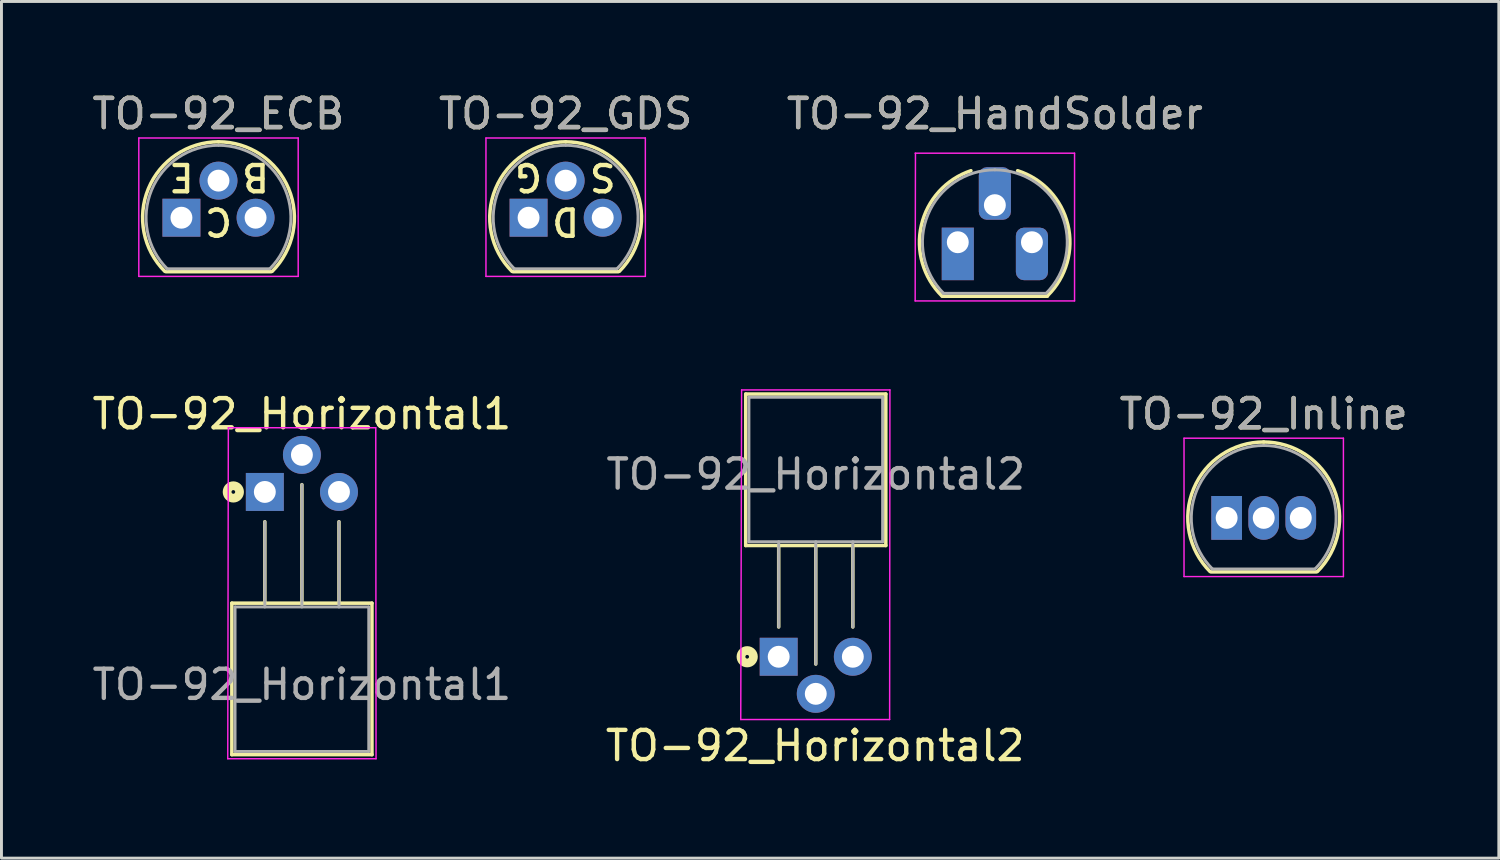
<source format=kicad_pcb>
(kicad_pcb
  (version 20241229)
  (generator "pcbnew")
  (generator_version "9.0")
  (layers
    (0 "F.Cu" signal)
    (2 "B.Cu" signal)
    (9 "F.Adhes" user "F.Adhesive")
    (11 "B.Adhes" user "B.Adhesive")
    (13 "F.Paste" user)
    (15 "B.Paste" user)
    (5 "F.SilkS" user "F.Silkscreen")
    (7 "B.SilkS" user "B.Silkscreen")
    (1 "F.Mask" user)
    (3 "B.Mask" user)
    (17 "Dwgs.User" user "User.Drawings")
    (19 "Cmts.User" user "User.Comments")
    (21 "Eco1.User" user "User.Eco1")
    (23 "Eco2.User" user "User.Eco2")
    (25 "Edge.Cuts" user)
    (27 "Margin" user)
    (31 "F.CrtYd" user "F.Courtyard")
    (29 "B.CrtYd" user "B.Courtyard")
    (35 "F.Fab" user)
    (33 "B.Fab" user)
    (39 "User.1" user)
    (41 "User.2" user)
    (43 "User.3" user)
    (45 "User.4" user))
  (footprint "TO-92_Horizontal1"
    (layer "F.Cu")
    (at 6.022 13.802)
    (property "Reference" "TO-92_Horizontal1" (at 1.27 -2.67 0) (layer "F.SilkS") (effects (font (size 1 1) (thickness 0.15))))
    (attr through_hole)
    (fp_line (start -1.13 3.81) (end 3.67 3.81) (stroke (width 0.12) (type solid)) (layer "F.SilkS"))
    (fp_line (start -1.13 9) (end -1.13 3.81) (stroke (width 0.12) (type solid)) (layer "F.SilkS"))
    (fp_line (start 0 1.02) (end 0 3.81) (stroke (width 0.12) (type solid)) (layer "F.SilkS"))
    (fp_line (start 1.27 -0.25) (end 1.27 3.81) (stroke (width 0.12) (type solid)) (layer "F.SilkS"))
    (fp_line (start 2.54 1.02) (end 2.54 3.81) (stroke (width 0.12) (type solid)) (layer "F.SilkS"))
    (fp_line (start 3.67 3.81) (end 3.67 9) (stroke (width 0.12) (type solid)) (layer "F.SilkS"))
    (fp_line (start 3.67 9) (end -1.13 9) (stroke (width 0.12) (type solid)) (layer "F.SilkS"))
    (fp_circle (center -1.079 0) (end -1.016 0) (stroke (width 0.3) (type solid)) (fill no) (layer "F.SilkS"))
    (fp_line (start -1.25 -2.2) (end -1.27 9.14) (stroke (width 0.05) (type solid)) (layer "F.CrtYd"))
    (fp_line (start -1.25 -2.2) (end 3.8 -2.2) (stroke (width 0.05) (type solid)) (layer "F.CrtYd"))
    (fp_line (start 3.81 9.14) (end -1.27 9.14) (stroke (width 0.05) (type solid)) (layer "F.CrtYd"))
    (fp_line (start 3.81 9.14) (end 3.8 -2.2) (stroke (width 0.05) (type solid)) (layer "F.CrtYd"))
    (fp_line (start -1.02 3.94) (end 3.56 3.94) (stroke (width 0.1) (type solid)) (layer "F.Fab"))
    (fp_line (start -1.02 8.89) (end -1.02 3.94) (stroke (width 0.1) (type solid)) (layer "F.Fab"))
    (fp_line (start 0 3.94) (end 0 1.02) (stroke (width 0.1) (type solid)) (layer "F.Fab"))
    (fp_line (start 1.27 3.94) (end 1.27 -0.25) (stroke (width 0.1) (type solid)) (layer "F.Fab"))
    (fp_line (start 2.54 3.94) (end 2.54 1.02) (stroke (width 0.1) (type solid)) (layer "F.Fab"))
    (fp_line (start 3.56 3.94) (end 3.56 8.89) (stroke (width 0.1) (type solid)) (layer "F.Fab"))
    (fp_line (start 3.56 8.89) (end -1.02 8.89) (stroke (width 0.1) (type solid)) (layer "F.Fab"))
    (fp_text user "${REFERENCE}" (at 1.27 6.6 0) (layer "F.Fab") (effects (font (size 1 1) (thickness 0.15))))
    (pad "1" thru_hole rect (at 0 0 90) (size 1.3 1.3) (drill 0.75) (layers "*.Cu" "*.Mask"))
    (pad "2" thru_hole circle (at 1.27 -1.27 90) (size 1.3 1.3) (drill 0.75) (layers "*.Cu" "*.Mask"))
    (pad "3" thru_hole circle (at 2.54 0 90) (size 1.3 1.3) (drill 0.75) (layers "*.Cu" "*.Mask")))
  (footprint "TO-92_Horizontal2"
    (layer "F.Cu")
    (at 23.625 19.448)
    (property "Reference" "TO-92_Horizontal2" (at 1.25 3.05 0) (layer "F.SilkS") (effects (font (size 1 1) (thickness 0.15))))
    (attr through_hole)
    (fp_line (start -1.13 -9) (end -1.13 -3.81) (stroke (width 0.12) (type solid)) (layer "F.SilkS"))
    (fp_line (start -1.13 -3.81) (end 3.67 -3.81) (stroke (width 0.12) (type solid)) (layer "F.SilkS"))
    (fp_line (start 0 -1.02) (end 0 -3.81) (stroke (width 0.12) (type solid)) (layer "F.SilkS"))
    (fp_line (start 1.27 0.25) (end 1.27 -3.81) (stroke (width 0.12) (type solid)) (layer "F.SilkS"))
    (fp_line (start 2.54 -1.02) (end 2.54 -3.81) (stroke (width 0.12) (type solid)) (layer "F.SilkS"))
    (fp_line (start 3.67 -9) (end -1.13 -9) (stroke (width 0.12) (type solid)) (layer "F.SilkS"))
    (fp_line (start 3.67 -3.81) (end 3.67 -9) (stroke (width 0.12) (type solid)) (layer "F.SilkS"))
    (fp_circle (center -1.079 0) (end -1.016 0) (stroke (width 0.3) (type solid)) (fill no) (layer "F.SilkS"))
    (fp_line (start -1.27 -9.14) (end -1.3 2.15) (stroke (width 0.05) (type solid)) (layer "F.CrtYd"))
    (fp_line (start -1.27 -9.14) (end 3.81 -9.14) (stroke (width 0.05) (type solid)) (layer "F.CrtYd"))
    (fp_line (start 3.8 2.15) (end -1.3 2.15) (stroke (width 0.05) (type solid)) (layer "F.CrtYd"))
    (fp_line (start 3.8 2.15) (end 3.81 -9.14) (stroke (width 0.05) (type solid)) (layer "F.CrtYd"))
    (fp_line (start -1.02 -8.89) (end -1.02 -3.94) (stroke (width 0.1) (type solid)) (layer "F.Fab"))
    (fp_line (start -1.02 -3.94) (end 3.56 -3.94) (stroke (width 0.1) (type solid)) (layer "F.Fab"))
    (fp_line (start 0 -3.94) (end 0 -1.02) (stroke (width 0.1) (type solid)) (layer "F.Fab"))
    (fp_line (start 1.27 -3.94) (end 1.27 0.25) (stroke (width 0.1) (type solid)) (layer "F.Fab"))
    (fp_line (start 2.54 -3.94) (end 2.54 -1.02) (stroke (width 0.1) (type solid)) (layer "F.Fab"))
    (fp_line (start 3.56 -8.89) (end -1.02 -8.89) (stroke (width 0.1) (type solid)) (layer "F.Fab"))
    (fp_line (start 3.56 -3.94) (end 3.56 -8.89) (stroke (width 0.1) (type solid)) (layer "F.Fab"))
    (fp_text user "${REFERENCE}" (at 1.27 -6.25 0) (layer "F.Fab") (effects (font (size 1 1) (thickness 0.15))))
    (pad "1" thru_hole rect (at 0 0 270) (size 1.3 1.3) (drill 0.75) (layers "*.Cu" "*.Mask"))
    (pad "2" thru_hole circle (at 1.27 1.27 270) (size 1.3 1.3) (drill 0.75) (layers "*.Cu" "*.Mask"))
    (pad "3" thru_hole circle (at 2.54 0 270) (size 1.3 1.3) (drill 0.75) (layers "*.Cu" "*.Mask")))
  (footprint "TO-92_Inline"
    (layer "F.Cu")
    (at 38.97 14.691)
    (property "Reference" "TO-92_Inline" (at 1.27 -3.56 0) (layer "F.SilkS") (effects (font (size 1 1) (thickness 0.15))))
    (attr through_hole)
    (fp_line (start -0.53 1.85) (end 3.07 1.85) (stroke (width 0.12) (type solid)) (layer "F.SilkS"))
    (fp_arc (start -0.568478 1.838478) (mid -1.132087 -0.994977) (end 1.27 -2.6) (stroke (width 0.12) (type solid)) (layer "F.SilkS"))
    (fp_arc (start 1.27 -2.6) (mid 3.672087 -0.994977) (end 3.108478 1.838478) (stroke (width 0.12) (type solid)) (layer "F.SilkS"))
    (fp_line (start -1.46 -2.73) (end -1.46 2.01) (stroke (width 0.05) (type solid)) (layer "F.CrtYd"))
    (fp_line (start -1.46 -2.73) (end 4 -2.73) (stroke (width 0.05) (type solid)) (layer "F.CrtYd"))
    (fp_line (start 4 2.01) (end -1.46 2.01) (stroke (width 0.05) (type solid)) (layer "F.CrtYd"))
    (fp_line (start 4 2.01) (end 4 -2.73) (stroke (width 0.05) (type solid)) (layer "F.CrtYd"))
    (fp_line (start -0.5 1.75) (end 3 1.75) (stroke (width 0.1) (type solid)) (layer "F.Fab"))
    (fp_arc (start -0.483625 1.753625) (mid -1.021221 -0.949055) (end 1.27 -2.48) (stroke (width 0.1) (type solid)) (layer "F.Fab"))
    (fp_arc (start 1.27 -2.48) (mid 3.561221 -0.949055) (end 3.023625 1.753625) (stroke (width 0.1) (type solid)) (layer "F.Fab"))
    (fp_text user "${REFERENCE}" (at 1.27 -3.56 0) (layer "F.Fab") (effects (font (size 1 1) (thickness 0.15))))
    (pad "1" thru_hole rect (at 0 0) (size 1.05 1.5) (drill 0.75) (layers "*.Cu" "*.Mask"))
    (pad "2" thru_hole oval (at 1.27 0) (size 1.05 1.5) (drill 0.75) (layers "*.Cu" "*.Mask"))
    (pad "3" thru_hole oval (at 2.54 0) (size 1.05 1.5) (drill 0.75) (layers "*.Cu" "*.Mask")))
  (footprint "TO-92_HandSolder"
    (layer "F.Cu")
    (at 29.76 5.248)
    (property "Reference" "TO-92_HandSolder" (at 1.27 -4.4 0) (layer "F.SilkS") (effects (font (size 1 1) (thickness 0.15))))
    (attr through_hole)
    (fp_line (start -0.53 1.85) (end 3.07 1.85) (stroke (width 0.12) (type solid)) (layer "F.SilkS"))
    (fp_arc (start -0.541875 1.841741) (mid -1.247231 -0.581764) (end 0.45 -2.45) (stroke (width 0.12) (type solid)) (layer "F.SilkS"))
    (fp_arc (start 2.05 -2.45) (mid 3.769931 -0.601036) (end 3.078445 1.827684) (stroke (width 0.12) (type solid)) (layer "F.SilkS"))
    (fp_line (start -1.46 -3.05) (end 4 -3.05) (stroke (width 0.05) (type solid)) (layer "F.CrtYd"))
    (fp_line (start -1.45 -3.05) (end -1.46 2.01) (stroke (width 0.05) (type solid)) (layer "F.CrtYd"))
    (fp_line (start 4 2.01) (end -1.46 2.01) (stroke (width 0.05) (type solid)) (layer "F.CrtYd"))
    (fp_line (start 4 2.01) (end 4 -3.05) (stroke (width 0.05) (type solid)) (layer "F.CrtYd"))
    (fp_line (start -0.5 1.75) (end 3 1.75) (stroke (width 0.1) (type solid)) (layer "F.Fab"))
    (fp_arc (start -0.483625 1.753625) (mid -1.021221 -0.949055) (end 1.27 -2.48) (stroke (width 0.1) (type solid)) (layer "F.Fab"))
    (fp_arc (start 1.27 -2.48) (mid 3.561221 -0.949055) (end 3.023625 1.753625) (stroke (width 0.1) (type solid)) (layer "F.Fab"))
    (fp_text user "${REFERENCE}" (at 1.27 -4.4 0) (layer "F.Fab") (effects (font (size 1 1) (thickness 0.15))))
    (pad "1" thru_hole rect (at 0 0) (size 1.1 1.8) (drill 0.75 (offset 0 0.4)) (layers "*.Cu" "*.Mask"))
    (pad "2" thru_hole roundrect (at 1.27 -1.27) (size 1.1 1.8) (drill 0.75 (offset 0 -0.4)) (layers "*.Cu" "*.Mask") (roundrect_rratio 0.25))
    (pad "3" thru_hole roundrect (at 2.54 0) (size 1.1 1.8) (drill 0.75 (offset 0 0.4)) (layers "*.Cu" "*.Mask") (roundrect_rratio 0.25)))
  (footprint "TO-92_GDS"
    (layer "F.Cu")
    (at 15.057 4.408)
    (property "Reference" "TO-92_GDS" (at 1.27 -3.56 0) (layer "F.SilkS") (effects (font (size 1 1) (thickness 0.15))))
    (fp_line (start -0.53 1.85) (end 3.07 1.85) (stroke (width 0.12) (type solid)) (layer "F.SilkS"))
    (fp_arc (start -0.568478 1.838478) (mid -1.132087 -0.994977) (end 1.27 -2.6) (stroke (width 0.12) (type solid)) (layer "F.SilkS"))
    (fp_arc (start 1.27 -2.6) (mid 3.672087 -0.994977) (end 3.108478 1.838478) (stroke (width 0.12) (type solid)) (layer "F.SilkS"))
    (fp_line (start -1.46 -2.73) (end -1.46 2.01) (stroke (width 0.05) (type solid)) (layer "F.CrtYd"))
    (fp_line (start -1.46 -2.73) (end 4 -2.73) (stroke (width 0.05) (type solid)) (layer "F.CrtYd"))
    (fp_line (start 4 2.01) (end -1.46 2.01) (stroke (width 0.05) (type solid)) (layer "F.CrtYd"))
    (fp_line (start 4 2.01) (end 4 -2.73) (stroke (width 0.05) (type solid)) (layer "F.CrtYd"))
    (fp_line (start -0.5 1.75) (end 3 1.75) (stroke (width 0.1) (type solid)) (layer "F.Fab"))
    (fp_arc (start -0.483625 1.753625) (mid -1.021221 -0.949055) (end 1.27 -2.48) (stroke (width 0.1) (type solid)) (layer "F.Fab"))
    (fp_arc (start 1.27 -2.48) (mid 3.561221 -0.949055) (end 3.023625 1.753625) (stroke (width 0.1) (type solid)) (layer "F.Fab"))
    (fp_text user "D" (at 1.27 0.127 180) (unlocked yes) (layer "F.SilkS") (effects (font (size 0.9 0.9) (thickness 0.15))))
    (fp_text user "S" (at 2.54 -1.397 180) (unlocked yes) (layer "F.SilkS") (effects (font (size 0.9 0.9) (thickness 0.15))))
    (fp_text user "G" (at 0 -1.397 180) (unlocked yes) (layer "F.SilkS") (effects (font (size 0.9 0.9) (thickness 0.15))))
    (fp_text user "${REFERENCE}" (at 1.27 -3.56 0) (layer "F.Fab") (effects (font (size 1 1) (thickness 0.15))))
    (pad "1" thru_hole rect (at 0 0 90) (size 1.3 1.3) (drill 0.75) (layers "*.Cu" "*.Mask"))
    (pad "2" thru_hole circle (at 1.27 -1.27 90) (size 1.3 1.3) (drill 0.75) (layers "*.Cu" "*.Mask"))
    (pad "3" thru_hole circle (at 2.54 0 90) (size 1.3 1.3) (drill 0.75) (layers "*.Cu" "*.Mask")))
  (footprint "TO-92_ECB"
    (layer "F.Cu")
    (at 3.165 4.408)
    (property "Reference" "TO-92_ECB" (at 1.27 -3.56 0) (layer "F.SilkS") (effects (font (size 1 1) (thickness 0.15))))
    (fp_line (start -0.53 1.85) (end 3.07 1.85) (stroke (width 0.12) (type solid)) (layer "F.SilkS"))
    (fp_arc (start -0.568478 1.838478) (mid -1.132087 -0.994977) (end 1.27 -2.6) (stroke (width 0.12) (type solid)) (layer "F.SilkS"))
    (fp_arc (start 1.27 -2.6) (mid 3.672087 -0.994977) (end 3.108478 1.838478) (stroke (width 0.12) (type solid)) (layer "F.SilkS"))
    (fp_line (start -1.46 -2.73) (end -1.46 2.01) (stroke (width 0.05) (type solid)) (layer "F.CrtYd"))
    (fp_line (start -1.46 -2.73) (end 4 -2.73) (stroke (width 0.05) (type solid)) (layer "F.CrtYd"))
    (fp_line (start 4 2.01) (end -1.46 2.01) (stroke (width 0.05) (type solid)) (layer "F.CrtYd"))
    (fp_line (start 4 2.01) (end 4 -2.73) (stroke (width 0.05) (type solid)) (layer "F.CrtYd"))
    (fp_line (start -0.5 1.75) (end 3 1.75) (stroke (width 0.1) (type solid)) (layer "F.Fab"))
    (fp_arc (start -0.483625 1.753625) (mid -1.021221 -0.949055) (end 1.27 -2.48) (stroke (width 0.1) (type solid)) (layer "F.Fab"))
    (fp_arc (start 1.27 -2.48) (mid 3.561221 -0.949055) (end 3.023625 1.753625) (stroke (width 0.1) (type solid)) (layer "F.Fab"))
    (fp_text user "B" (at 2.54 -1.397 180) (unlocked yes) (layer "F.SilkS") (effects (font (size 0.9 0.9) (thickness 0.15))))
    (fp_text user "E" (at 0 -1.397 180) (unlocked yes) (layer "F.SilkS") (effects (font (size 0.9 0.9) (thickness 0.15))))
    (fp_text user "C" (at 1.27 0.127 180) (unlocked yes) (layer "F.SilkS") (effects (font (size 0.9 0.9) (thickness 0.15))))
    (fp_text user "${REFERENCE}" (at 1.27 -3.56 0) (layer "F.Fab") (effects (font (size 1 1) (thickness 0.15))))
    (pad "1" thru_hole rect (at 0 0 90) (size 1.3 1.3) (drill 0.75) (layers "*.Cu" "*.Mask"))
    (pad "2" thru_hole circle (at 1.27 -1.27 90) (size 1.3 1.3) (drill 0.75) (layers "*.Cu" "*.Mask"))
    (pad "3" thru_hole circle (at 2.54 0 90) (size 1.3 1.3) (drill 0.75) (layers "*.Cu" "*.Mask")))
  (gr_rect
    (start -3 -3)
    (end 48.294 26.346)
    (stroke (width 0.1) (type default))
    (fill no)
    (layer "Edge.Cuts")))
</source>
